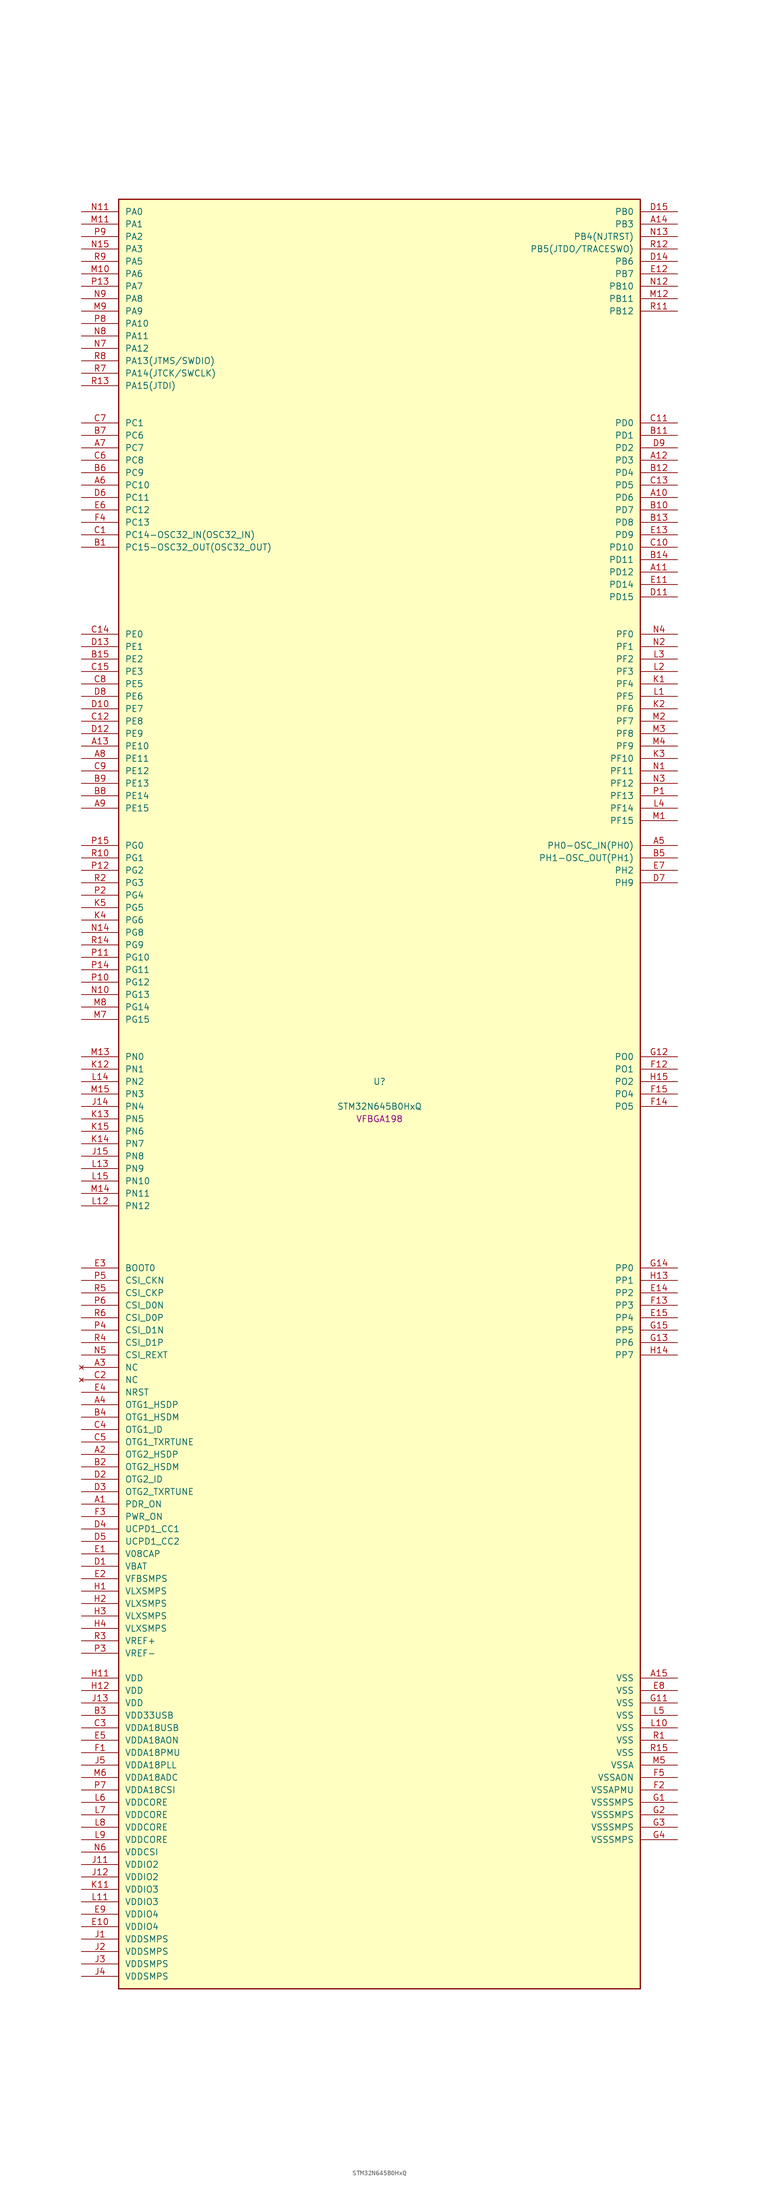
<source format=kicad_sym>
(kicad_symbol_lib
  (version 20241209)
  (generator "stm32_pkl_generator")
  (generator_version "1.0")
  (symbol "STM32N645B0HxQ"
    (pin_names
      (offset 1.27))
    (property "Reference" "U"
      (at 0 2.54 0))
    (property "Value" "STM32N645B0HxQ"
      (at 0 -2.54 0))
    (property "Footprint" "VFBGA198"
      (at 0 -5.08 0))
    (symbol "STM32N645B0HxQ_1_1"
      (rectangle (start -53.34 182.88) (end 53.34 -182.88) (stroke (width 0.254) (type solid)) (fill (type background)))
      (pin bidirectional line (at -60.96 180.34 0) (length 7.62) (name "PA0") (number "N11") (alternate "PA0/ADC1_INN1" bidirectional line) (alternate "PA0/ADC1_INP0" bidirectional line) (alternate "PA0/ADC2_INN1" bidirectional line) (alternate "PA0/ADC2_INP0" bidirectional line) (alternate "PA0/FMC_D7" bidirectional line) (alternate "PA0/FMC_DA7" bidirectional line) (alternate "PA0/HDP_HDP0" bidirectional line) (alternate "PA0/I2S6_WS" bidirectional line) (alternate "PA0/LTDC_G3" bidirectional line) (alternate "PA0/PWR_WKUP1" bidirectional line) (alternate "PA0/SAI2_SD_B" bidirectional line) (alternate "PA0/SPI6_NSS" bidirectional line) (alternate "PA0/TIM15_BKIN" bidirectional line) (alternate "PA0/TIM2_CH1" bidirectional line) (alternate "PA0/TIM5_CH1" bidirectional line) (alternate "PA0/TIM9_CH1" bidirectional line) (alternate "PA0/UART4_TX" bidirectional line) (alternate "PA0/USART2_CTS" bidirectional line) (alternate "PA0/USART2_NSS" bidirectional line))
      (pin bidirectional line (at -60.96 177.8 0) (length 7.62) (name "PA1") (number "M11") (alternate "PA1/ADC1_INP1" bidirectional line) (alternate "PA1/ADC2_INP1" bidirectional line) (alternate "PA1/DCMIPP_D0" bidirectional line) (alternate "PA1/DCMI_D0" bidirectional line) (alternate "PA1/FMC_D6" bidirectional line) (alternate "PA1/FMC_DA6" bidirectional line) (alternate "PA1/HDP_HDP1" bidirectional line) (alternate "PA1/LPTIM3_IN1" bidirectional line) (alternate "PA1/LTDC_G2" bidirectional line) (alternate "PA1/PSSI_D0" bidirectional line) (alternate "PA1/SAI2_MCLK_B" bidirectional line) (alternate "PA1/TIM15_CH1N" bidirectional line) (alternate "PA1/TIM2_CH2" bidirectional line) (alternate "PA1/TIM5_CH2" bidirectional line) (alternate "PA1/UART4_RX" bidirectional line) (alternate "PA1/USART2_RTS" bidirectional line))
      (pin bidirectional line (at -60.96 175.26 0) (length 7.62) (name "PA2") (number "P9") (alternate "PA2/ADC1_INP14" bidirectional line) (alternate "PA2/ADC2_INP14" bidirectional line) (alternate "PA2/FMC_D5" bidirectional line) (alternate "PA2/FMC_DA5" bidirectional line) (alternate "PA2/HDP_HDP2" bidirectional line) (alternate "PA2/LPTIM3_IN2" bidirectional line) (alternate "PA2/LTDC_B7" bidirectional line) (alternate "PA2/MDIOS_MDIO" bidirectional line) (alternate "PA2/PWR_WKUP2" bidirectional line) (alternate "PA2/SAI2_SCK_B" bidirectional line) (alternate "PA2/TIM15_CH1" bidirectional line) (alternate "PA2/TIM2_CH3" bidirectional line) (alternate "PA2/TIM5_CH3" bidirectional line) (alternate "PA2/USART2_TX" bidirectional line))
      (pin bidirectional line (at -60.96 172.72 0) (length 7.62) (name "PA3") (number "N15") (alternate "PA3/FMC_A17" bidirectional line) (alternate "PA3/FMC_ALE" bidirectional line) (alternate "PA3/SAI1_SD_B" bidirectional line) (alternate "PA3/SPI5_NSS" bidirectional line) (alternate "PA3/TIM16_CH1" bidirectional line) (alternate "PA3/UART7_RX" bidirectional line))
      (pin bidirectional line (at -60.96 170.18 0) (length 7.62) (name "PA5") (number "R9") (alternate "PA5/ADC2_INP18" bidirectional line) (alternate "PA5/DCMIPP_D8" bidirectional line) (alternate "PA5/DCMI_D8" bidirectional line) (alternate "PA5/FMC_NOE" bidirectional line) (alternate "PA5/HDP_HDP5" bidirectional line) (alternate "PA5/I2S1_CK" bidirectional line) (alternate "PA5/I2S6_CK" bidirectional line) (alternate "PA5/I3C1_SCL" bidirectional line) (alternate "PA5/LTDC_CLK" bidirectional line) (alternate "PA5/PSSI_D8" bidirectional line) (alternate "PA5/PWR_CSTOP" bidirectional line) (alternate "PA5/SPI1_SCK" bidirectional line) (alternate "PA5/SPI6_SCK" bidirectional line) (alternate "PA5/TIM10_CH1" bidirectional line) (alternate "PA5/TIM2_CH1" bidirectional line) (alternate "PA5/TIM2_ETR" bidirectional line) (alternate "PA5/TIM9_CH2" bidirectional line))
      (pin bidirectional line (at -60.96 167.64 0) (length 7.62) (name "PA6") (number "M10") (alternate "PA6/ADC1_INP3" bidirectional line) (alternate "PA6/ADC2_INP3" bidirectional line) (alternate "PA6/BOOT1" bidirectional line) (alternate "PA6/DCMIPP_PIXCLK" bidirectional line) (alternate "PA6/DCMI_PIXCLK" bidirectional line) (alternate "PA6/HDP_HDP6" bidirectional line) (alternate "PA6/I2S1_SDI" bidirectional line) (alternate "PA6/I2S6_SDI" bidirectional line) (alternate "PA6/I3C1_SDA" bidirectional line) (alternate "PA6/LPTIM3_ETR" bidirectional line) (alternate "PA6/LTDC_B7" bidirectional line) (alternate "PA6/LTDC_HSYNC" bidirectional line) (alternate "PA6/MDIOS_MDC" bidirectional line) (alternate "PA6/PSSI_PDCK" bidirectional line) (alternate "PA6/SPI1_MISO" bidirectional line) (alternate "PA6/SPI6_MISO" bidirectional line) (alternate "PA6/TIM13_CH1" bidirectional line) (alternate "PA6/TIM1_BKIN" bidirectional line) (alternate "PA6/TIM3_CH1" bidirectional line))
      (pin bidirectional line (at -60.96 165.1 0) (length 7.62) (name "PA7") (number "P13") (alternate "PA7/HDP_HDP7" bidirectional line) (alternate "PA7/I2S1_SDO" bidirectional line) (alternate "PA7/I2S6_SDO" bidirectional line) (alternate "PA7/LTDC_B1" bidirectional line) (alternate "PA7/LTDC_R4" bidirectional line) (alternate "PA7/SPI1_MOSI" bidirectional line) (alternate "PA7/SPI6_MOSI" bidirectional line) (alternate "PA7/TIM14_CH1" bidirectional line) (alternate "PA7/TIM1_CH1N" bidirectional line) (alternate "PA7/TIM3_CH2" bidirectional line) (alternate "PA7/USART1_RX" bidirectional line))
      (pin bidirectional line (at -60.96 162.56 0) (length 7.62) (name "PA8") (number "N9") (alternate "PA8/ADC1_INP5" bidirectional line) (alternate "PA8/ADC2_INP5" bidirectional line) (alternate "PA8/FMC_D4" bidirectional line) (alternate "PA8/FMC_DA4" bidirectional line) (alternate "PA8/HDP_HDP0" bidirectional line) (alternate "PA8/I2C3_SCL" bidirectional line) (alternate "PA8/I3C2_SCL" bidirectional line) (alternate "PA8/LTDC_B6" bidirectional line) (alternate "PA8/RCC_MCO_1" bidirectional line) (alternate "PA8/TIM11_CH1" bidirectional line) (alternate "PA8/TIM1_CH1" bidirectional line) (alternate "PA8/UART7_RX" bidirectional line) (alternate "PA8/USART1_CK" bidirectional line))
      (pin bidirectional line (at -60.96 160.02 0) (length 7.62) (name "PA9") (number "M9") (alternate "PA9/ADC1_INP10" bidirectional line) (alternate "PA9/ADC2_INP10" bidirectional line) (alternate "PA9/DCMIPP_D0" bidirectional line) (alternate "PA9/DCMI_D0" bidirectional line) (alternate "PA9/FMC_D3" bidirectional line) (alternate "PA9/FMC_DA3" bidirectional line) (alternate "PA9/HDP_HDP1" bidirectional line) (alternate "PA9/I2C3_SDA" bidirectional line) (alternate "PA9/I2S2_CK" bidirectional line) (alternate "PA9/I3C2_SDA" bidirectional line) (alternate "PA9/LPUART1_TX" bidirectional line) (alternate "PA9/LTDC_B5" bidirectional line) (alternate "PA9/PSSI_D0" bidirectional line) (alternate "PA9/SPI2_SCK" bidirectional line) (alternate "PA9/TIM1_CH2" bidirectional line) (alternate "PA9/USART1_TX" bidirectional line))
      (pin bidirectional line (at -60.96 157.48 0) (length 7.62) (name "PA10") (number "P8") (alternate "PA10/ADC1_INN10" bidirectional line) (alternate "PA10/ADC1_INP11" bidirectional line) (alternate "PA10/ADC2_INN10" bidirectional line) (alternate "PA10/ADC2_INP11" bidirectional line) (alternate "PA10/DCMIPP_D1" bidirectional line) (alternate "PA10/DCMI_D1" bidirectional line) (alternate "PA10/FMC_D2" bidirectional line) (alternate "PA10/FMC_DA2" bidirectional line) (alternate "PA10/HDP_HDP2" bidirectional line) (alternate "PA10/LPUART1_RX" bidirectional line) (alternate "PA10/LTDC_B4" bidirectional line) (alternate "PA10/MDIOS_MDIO" bidirectional line) (alternate "PA10/PSSI_D1" bidirectional line) (alternate "PA10/PWR_CSLEEP" bidirectional line) (alternate "PA10/TIM1_CH3" bidirectional line) (alternate "PA10/USART1_RX" bidirectional line))
      (pin bidirectional line (at -60.96 154.94 0) (length 7.62) (name "PA11") (number "N8") (alternate "PA11/ADC1_EXTI11" bidirectional line) (alternate "PA11/ADC1_INN11" bidirectional line) (alternate "PA11/ADC1_INP12" bidirectional line) (alternate "PA11/ADC2_EXTI11" bidirectional line) (alternate "PA11/ADC2_INN11" bidirectional line) (alternate "PA11/ADC2_INP12" bidirectional line) (alternate "PA11/FDCAN1_RX" bidirectional line) (alternate "PA11/FMC_D1" bidirectional line) (alternate "PA11/FMC_DA1" bidirectional line) (alternate "PA11/HDP_HDP3" bidirectional line) (alternate "PA11/I2S2_WS" bidirectional line) (alternate "PA11/LPUART1_CTS" bidirectional line) (alternate "PA11/LTDC_B3" bidirectional line) (alternate "PA11/SPI2_NSS" bidirectional line) (alternate "PA11/TIM1_CH4" bidirectional line) (alternate "PA11/UART4_RX" bidirectional line) (alternate "PA11/USART1_CTS" bidirectional line) (alternate "PA11/USART1_NSS" bidirectional line))
      (pin bidirectional line (at -60.96 152.4 0) (length 7.62) (name "PA12") (number "N7") (alternate "PA12/ADC1_INN12" bidirectional line) (alternate "PA12/ADC1_INP13" bidirectional line) (alternate "PA12/ADC2_INN12" bidirectional line) (alternate "PA12/ADC2_INP13" bidirectional line) (alternate "PA12/FDCAN1_TX" bidirectional line) (alternate "PA12/FMC_D0" bidirectional line) (alternate "PA12/FMC_DA0" bidirectional line) (alternate "PA12/HDP_HDP4" bidirectional line) (alternate "PA12/I2S2_CK" bidirectional line) (alternate "PA12/LPUART1_RTS" bidirectional line) (alternate "PA12/LTDC_B2" bidirectional line) (alternate "PA12/SAI2_FS_B" bidirectional line) (alternate "PA12/SPI2_SCK" bidirectional line) (alternate "PA12/TIM1_ETR" bidirectional line) (alternate "PA12/UART4_TX" bidirectional line) (alternate "PA12/USART1_RTS" bidirectional line))
      (pin bidirectional line (at -60.96 149.86 0) (length 7.62) (name "PA13(JTMS/SWDIO)") (number "R8") (alternate "PA13(JTMS/SWDIO)/DEBUG_JTMS-SWDIO" bidirectional line) (alternate "PA13(JTMS/SWDIO)/HDP_HDP5" bidirectional line))
      (pin bidirectional line (at -60.96 147.32 0) (length 7.62) (name "PA14(JTCK/SWCLK)") (number "R7") (alternate "PA14(JTCK/SWCLK)/DEBUG_JTCK-SWCLK" bidirectional line) (alternate "PA14(JTCK/SWCLK)/HDP_HDP6" bidirectional line))
      (pin bidirectional line (at -60.96 144.78 0) (length 7.62) (name "PA15(JTDI)") (number "R13") (alternate "PA15(JTDI)/ADC1_EXTI15" bidirectional line) (alternate "PA15(JTDI)/ADC2_EXTI15" bidirectional line) (alternate "PA15(JTDI)/DEBUG_JTDI" bidirectional line) (alternate "PA15(JTDI)/FMC_D15" bidirectional line) (alternate "PA15(JTDI)/FMC_DA15" bidirectional line) (alternate "PA15(JTDI)/HDP_HDP7" bidirectional line) (alternate "PA15(JTDI)/I2S1_WS" bidirectional line) (alternate "PA15(JTDI)/I2S3_WS" bidirectional line) (alternate "PA15(JTDI)/I2S6_WS" bidirectional line) (alternate "PA15(JTDI)/LTDC_R5" bidirectional line) (alternate "PA15(JTDI)/SPI1_NSS" bidirectional line) (alternate "PA15(JTDI)/SPI3_NSS" bidirectional line) (alternate "PA15(JTDI)/SPI6_NSS" bidirectional line) (alternate "PA15(JTDI)/TIM2_CH1" bidirectional line) (alternate "PA15(JTDI)/TIM2_ETR" bidirectional line) (alternate "PA15(JTDI)/UART4_DE" bidirectional line) (alternate "PA15(JTDI)/UART4_RTS" bidirectional line) (alternate "PA15(JTDI)/UART7_TX" bidirectional line))
      (pin bidirectional line (at 60.96 180.34 180) (length 7.62) (name "PB0") (number "D15") (alternate "PB0/ADF1_SDI0" bidirectional line) (alternate "PB0/DCMIPP_D4" bidirectional line) (alternate "PB0/DCMI_D4" bidirectional line) (alternate "PB0/DEBUG_TRACED1" bidirectional line) (alternate "PB0/FMC_D13" bidirectional line) (alternate "PB0/FMC_DA13" bidirectional line) (alternate "PB0/MDF1_SDI2" bidirectional line) (alternate "PB0/PSSI_D4" bidirectional line) (alternate "PB0/SAI1_D2" bidirectional line) (alternate "PB0/SAI1_FS_A" bidirectional line) (alternate "PB0/SPI4_NSS" bidirectional line) (alternate "PB0/TIM15_CH1N" bidirectional line) (alternate "PB0/TIM1_CH4" bidirectional line))
      (pin bidirectional line (at 60.96 177.8 180) (length 7.62) (name "PB3") (number "A14") (alternate "PB3/DEBUG_JTDO-SWO" bidirectional line) (alternate "PB3/DEBUG_TRACECLK" bidirectional line) (alternate "PB3/FMC_A23" bidirectional line) (alternate "PB3/FMC_NBL1" bidirectional line) (alternate "PB3/GFXTIM_FCKCAL" bidirectional line) (alternate "PB3/GFXTIM_LCKCAL" bidirectional line) (alternate "PB3/HDP_HDP0" bidirectional line) (alternate "PB3/MDF1_CKI1" bidirectional line) (alternate "PB3/SAI2_FS_B" bidirectional line) (alternate "PB3/TIM1_CH4N" bidirectional line) (alternate "PB3/USART1_CK" bidirectional line))
      (pin bidirectional line (at 60.96 175.26 180) (length 7.62) (name "PB4(NJTRST)") (number "N13") (alternate "PB4(NJTRST)/DCMIPP_VSYNC" bidirectional line) (alternate "PB4(NJTRST)/DCMI_VSYNC" bidirectional line) (alternate "PB4(NJTRST)/DEBUG_NJTRST" bidirectional line) (alternate "PB4(NJTRST)/FMC_D13" bidirectional line) (alternate "PB4(NJTRST)/FMC_DA13" bidirectional line) (alternate "PB4(NJTRST)/HDP_HDP4" bidirectional line) (alternate "PB4(NJTRST)/I2S1_SDI" bidirectional line) (alternate "PB4(NJTRST)/I2S2_WS" bidirectional line) (alternate "PB4(NJTRST)/I2S3_SDI" bidirectional line) (alternate "PB4(NJTRST)/I2S6_SDI" bidirectional line) (alternate "PB4(NJTRST)/LTDC_R3" bidirectional line) (alternate "PB4(NJTRST)/PSSI_RDY" bidirectional line) (alternate "PB4(NJTRST)/SPI1_MISO" bidirectional line) (alternate "PB4(NJTRST)/SPI2_NSS" bidirectional line) (alternate "PB4(NJTRST)/SPI3_MISO" bidirectional line) (alternate "PB4(NJTRST)/SPI6_MISO" bidirectional line) (alternate "PB4(NJTRST)/TIM16_BKIN" bidirectional line) (alternate "PB4(NJTRST)/TIM3_CH1" bidirectional line) (alternate "PB4(NJTRST)/UART7_TX" bidirectional line))
      (pin bidirectional line (at 60.96 172.72 180) (length 7.62) (name "PB5(JTDO/TRACESWO)") (number "R12") (alternate "PB5(JTDO/TRACESWO)/DCMIPP_D10" bidirectional line) (alternate "PB5(JTDO/TRACESWO)/DCMI_D10" bidirectional line) (alternate "PB5(JTDO/TRACESWO)/DEBUG_JTDO-SWO" bidirectional line) (alternate "PB5(JTDO/TRACESWO)/FDCAN2_RX" bidirectional line) (alternate "PB5(JTDO/TRACESWO)/FMC_D12" bidirectional line) (alternate "PB5(JTDO/TRACESWO)/FMC_DA12" bidirectional line) (alternate "PB5(JTDO/TRACESWO)/HDP_HDP5" bidirectional line) (alternate "PB5(JTDO/TRACESWO)/I2C1_SMBA" bidirectional line) (alternate "PB5(JTDO/TRACESWO)/I2S1_SDO" bidirectional line) (alternate "PB5(JTDO/TRACESWO)/I2S3_SDO" bidirectional line) (alternate "PB5(JTDO/TRACESWO)/I2S6_SDO" bidirectional line) (alternate "PB5(JTDO/TRACESWO)/LTDC_R2" bidirectional line) (alternate "PB5(JTDO/TRACESWO)/PSSI_D10" bidirectional line) (alternate "PB5(JTDO/TRACESWO)/SPI1_MOSI" bidirectional line) (alternate "PB5(JTDO/TRACESWO)/SPI3_MOSI" bidirectional line) (alternate "PB5(JTDO/TRACESWO)/SPI6_MOSI" bidirectional line) (alternate "PB5(JTDO/TRACESWO)/TIM17_BKIN" bidirectional line) (alternate "PB5(JTDO/TRACESWO)/TIM3_CH2" bidirectional line) (alternate "PB5(JTDO/TRACESWO)/UART5_RX" bidirectional line))
      (pin bidirectional line (at 60.96 170.18 180) (length 7.62) (name "PB6") (number "D14") (alternate "PB6/ADF1_CCK1" bidirectional line) (alternate "PB6/DCMIPP_D6" bidirectional line) (alternate "PB6/DCMI_D6" bidirectional line) (alternate "PB6/DEBUG_TRACED2" bidirectional line) (alternate "PB6/FMC_D14" bidirectional line) (alternate "PB6/FMC_DA14" bidirectional line) (alternate "PB6/MDF1_CCK1" bidirectional line) (alternate "PB6/PSSI_D6" bidirectional line) (alternate "PB6/SAI1_CK2" bidirectional line) (alternate "PB6/SAI1_SCK_A" bidirectional line) (alternate "PB6/SPI4_MISO" bidirectional line) (alternate "PB6/TIM15_CH1" bidirectional line))
      (pin bidirectional line (at 60.96 167.64 180) (length 7.62) (name "PB7") (number "E12") (alternate "PB7/ADF1_SDI0" bidirectional line) (alternate "PB7/DCMIPP_D7" bidirectional line) (alternate "PB7/DCMI_D7" bidirectional line) (alternate "PB7/DEBUG_TRACED3" bidirectional line) (alternate "PB7/FMC_D15" bidirectional line) (alternate "PB7/FMC_DA15" bidirectional line) (alternate "PB7/MDF1_SDI1" bidirectional line) (alternate "PB7/PSSI_D7" bidirectional line) (alternate "PB7/SAI1_D1" bidirectional line) (alternate "PB7/SAI1_SD_A" bidirectional line) (alternate "PB7/SAI2_MCLK_B" bidirectional line) (alternate "PB7/SPI4_MOSI" bidirectional line) (alternate "PB7/TIM15_CH2" bidirectional line) (alternate "PB7/TIM1_BKIN2" bidirectional line))
      (pin bidirectional line (at 60.96 165.1 180) (length 7.62) (name "PB10") (number "N12") (alternate "PB10/ADC1_INN4" bidirectional line) (alternate "PB10/ADC1_INP8" bidirectional line) (alternate "PB10/ADC2_INN4" bidirectional line) (alternate "PB10/ADC2_INP8" bidirectional line) (alternate "PB10/FMC_D11" bidirectional line) (alternate "PB10/FMC_DA11" bidirectional line) (alternate "PB10/HDP_HDP2" bidirectional line) (alternate "PB10/I2C2_SCL" bidirectional line) (alternate "PB10/I2S2_CK" bidirectional line) (alternate "PB10/I3C2_SCL" bidirectional line) (alternate "PB10/LPTIM2_IN1" bidirectional line) (alternate "PB10/LTDC_G7" bidirectional line) (alternate "PB10/SPI2_SCK" bidirectional line) (alternate "PB10/TIM2_CH3" bidirectional line) (alternate "PB10/USART3_TX" bidirectional line))
      (pin bidirectional line (at 60.96 162.56 180) (length 7.62) (name "PB11") (number "M12") (alternate "PB11/ADC1_EXTI11" bidirectional line) (alternate "PB11/ADC1_INP4" bidirectional line) (alternate "PB11/ADC2_EXTI11" bidirectional line) (alternate "PB11/ADC2_INP4" bidirectional line) (alternate "PB11/FMC_D10" bidirectional line) (alternate "PB11/FMC_DA10" bidirectional line) (alternate "PB11/HDP_HDP3" bidirectional line) (alternate "PB11/I2C2_SDA" bidirectional line) (alternate "PB11/I3C2_SDA" bidirectional line) (alternate "PB11/LPTIM2_ETR" bidirectional line) (alternate "PB11/LTDC_G6" bidirectional line) (alternate "PB11/TIM2_CH4" bidirectional line) (alternate "PB11/USART3_RX" bidirectional line))
      (pin bidirectional line (at 60.96 160.02 180) (length 7.62) (name "PB12") (number "R11") (alternate "PB12/FDCAN2_RX" bidirectional line) (alternate "PB12/FMC_D9" bidirectional line) (alternate "PB12/FMC_DA9" bidirectional line) (alternate "PB12/HDP_HDP4" bidirectional line) (alternate "PB12/I2C2_SMBA" bidirectional line) (alternate "PB12/I2S2_WS" bidirectional line) (alternate "PB12/LPTIM2_IN2" bidirectional line) (alternate "PB12/LTDC_G5" bidirectional line) (alternate "PB12/SPI2_NSS" bidirectional line) (alternate "PB12/TIM1_BKIN" bidirectional line) (alternate "PB12/UART5_RX" bidirectional line) (alternate "PB12/USART3_CK" bidirectional line))
      (pin bidirectional line (at -60.96 137.16 0) (length 7.62) (name "PC1") (number "C7") (alternate "PC1/DCMIPP_D7" bidirectional line) (alternate "PC1/DCMI_D7" bidirectional line) (alternate "PC1/FDCAN1_TX" bidirectional line) (alternate "PC1/HDP_HDP1" bidirectional line) (alternate "PC1/I2C1_SDA" bidirectional line) (alternate "PC1/I2S2_WS" bidirectional line) (alternate "PC1/I3C1_SDA" bidirectional line) (alternate "PC1/PSSI_D7" bidirectional line) (alternate "PC1/SDMMC1_CDIR" bidirectional line) (alternate "PC1/SDMMC1_D5" bidirectional line) (alternate "PC1/SPI2_NSS" bidirectional line) (alternate "PC1/TIM17_CH1" bidirectional line) (alternate "PC1/TIM4_CH4" bidirectional line) (alternate "PC1/UART4_TX" bidirectional line))
      (pin bidirectional line (at -60.96 134.62 0) (length 7.62) (name "PC6") (number "B7") (alternate "PC6/DCMIPP_D1" bidirectional line) (alternate "PC6/DCMI_D1" bidirectional line) (alternate "PC6/HDP_HDP6" bidirectional line) (alternate "PC6/I2S2_MCK" bidirectional line) (alternate "PC6/PSSI_D1" bidirectional line) (alternate "PC6/SDMMC1_D0DIR" bidirectional line) (alternate "PC6/SDMMC1_D6" bidirectional line) (alternate "PC6/TIM1_CH1" bidirectional line) (alternate "PC6/TIM3_CH1" bidirectional line) (alternate "PC6/TIM9_CH1" bidirectional line) (alternate "PC6/USART6_TX" bidirectional line))
      (pin bidirectional line (at -60.96 132.08 0) (length 7.62) (name "PC7") (number "A7") (alternate "PC7/DCMIPP_D1" bidirectional line) (alternate "PC7/DCMI_D1" bidirectional line) (alternate "PC7/DEBUG_TRGIO" bidirectional line) (alternate "PC7/HDP_HDP7" bidirectional line) (alternate "PC7/I2S3_MCK" bidirectional line) (alternate "PC7/PSSI_D1" bidirectional line) (alternate "PC7/SDMMC1_D123DIR" bidirectional line) (alternate "PC7/SDMMC1_D7" bidirectional line) (alternate "PC7/TIM16_CH1N" bidirectional line) (alternate "PC7/TIM3_CH2" bidirectional line) (alternate "PC7/TIM9_CH2" bidirectional line) (alternate "PC7/USART6_RX" bidirectional line))
      (pin bidirectional line (at -60.96 129.54 0) (length 7.62) (name "PC8") (number "C6") (alternate "PC8/DCMIPP_D2" bidirectional line) (alternate "PC8/DCMI_D2" bidirectional line) (alternate "PC8/DEBUG_TRACED1" bidirectional line) (alternate "PC8/FMC_NE4" bidirectional line) (alternate "PC8/HDP_HDP0" bidirectional line) (alternate "PC8/I2C3_SMBA" bidirectional line) (alternate "PC8/LTDC_B0" bidirectional line) (alternate "PC8/PSSI_D2" bidirectional line) (alternate "PC8/SDMMC1_D0" bidirectional line) (alternate "PC8/TIM3_CH3" bidirectional line) (alternate "PC8/UART5_DE" bidirectional line) (alternate "PC8/UART5_RTS" bidirectional line) (alternate "PC8/UCPD1_FRSTX1" bidirectional line) (alternate "PC8/USART6_CK" bidirectional line))
      (pin bidirectional line (at -60.96 127 0) (length 7.62) (name "PC9") (number "B6") (alternate "PC9/AUDIOCLK" bidirectional line) (alternate "PC9/DCMIPP_D3" bidirectional line) (alternate "PC9/DCMI_D3" bidirectional line) (alternate "PC9/HDP_HDP1" bidirectional line) (alternate "PC9/I2C3_SDA" bidirectional line) (alternate "PC9/LTDC_B3" bidirectional line) (alternate "PC9/PSSI_D3" bidirectional line) (alternate "PC9/RCC_MCO_2" bidirectional line) (alternate "PC9/SDMMC1_D1" bidirectional line) (alternate "PC9/TIM3_CH4" bidirectional line) (alternate "PC9/UART5_CTS" bidirectional line) (alternate "PC9/UCPD1_FRSTX2" bidirectional line) (alternate "PC9/USART6_RX" bidirectional line))
      (pin bidirectional line (at -60.96 124.46 0) (length 7.62) (name "PC10") (number "A6") (alternate "PC10/DCMIPP_D14" bidirectional line) (alternate "PC10/FMC_CLK" bidirectional line) (alternate "PC10/HDP_HDP2" bidirectional line) (alternate "PC10/I2C4_SCL" bidirectional line) (alternate "PC10/I2S3_CK" bidirectional line) (alternate "PC10/I3C2_SCL" bidirectional line) (alternate "PC10/PSSI_D14" bidirectional line) (alternate "PC10/SDMMC1_D2" bidirectional line) (alternate "PC10/SPI3_SCK" bidirectional line) (alternate "PC10/TIM1_BKIN" bidirectional line) (alternate "PC10/UART4_TX" bidirectional line) (alternate "PC10/USART3_TX" bidirectional line))
      (pin bidirectional line (at -60.96 121.92 0) (length 7.62) (name "PC11") (number "D6") (alternate "PC11/ADC1_EXTI11" bidirectional line) (alternate "PC11/ADC2_EXTI11" bidirectional line) (alternate "PC11/DCMIPP_D4" bidirectional line) (alternate "PC11/DCMI_D4" bidirectional line) (alternate "PC11/HDP_HDP3" bidirectional line) (alternate "PC11/I2C4_SDA" bidirectional line) (alternate "PC11/I2S3_SDI" bidirectional line) (alternate "PC11/I3C2_SDA" bidirectional line) (alternate "PC11/PSSI_D4" bidirectional line) (alternate "PC11/SDMMC1_D3" bidirectional line) (alternate "PC11/SPI3_MISO" bidirectional line) (alternate "PC11/UART4_RX" bidirectional line) (alternate "PC11/USART3_RX" bidirectional line))
      (pin bidirectional line (at -60.96 119.38 0) (length 7.62) (name "PC12") (number "E6") (alternate "PC12/DCMIPP_D9" bidirectional line) (alternate "PC12/DCMI_D9" bidirectional line) (alternate "PC12/DEBUG_TRACED3" bidirectional line) (alternate "PC12/FMC_NL" bidirectional line) (alternate "PC12/HDP_HDP4" bidirectional line) (alternate "PC12/I2S3_SDO" bidirectional line) (alternate "PC12/I2S6_CK" bidirectional line) (alternate "PC12/PSSI_D9" bidirectional line) (alternate "PC12/SDMMC1_CK" bidirectional line) (alternate "PC12/SPI3_MOSI" bidirectional line) (alternate "PC12/SPI6_SCK" bidirectional line) (alternate "PC12/TIM15_CH1" bidirectional line) (alternate "PC12/TIM1_CH4" bidirectional line) (alternate "PC12/UART5_TX" bidirectional line) (alternate "PC12/USART3_CK" bidirectional line))
      (pin bidirectional line (at -60.96 116.84 0) (length 7.62) (name "PC13") (number "F4") (alternate "PC13/HDP_HDP5" bidirectional line) (alternate "PC13/PWR_WKUP3" bidirectional line) (alternate "PC13/RTC_OUT1" bidirectional line) (alternate "PC13/RTC_TS" bidirectional line) (alternate "PC13/TAMP_IN1" bidirectional line) (alternate "PC13/TAMP_OUT2" bidirectional line))
      (pin bidirectional line (at -60.96 114.3 0) (length 7.62) (name "PC14-OSC32_IN(OSC32_IN)") (number "C1") (alternate "PC14-OSC32_IN(OSC32_IN)/RCC_OSC32_IN" bidirectional line))
      (pin bidirectional line (at -60.96 111.76 0) (length 7.62) (name "PC15-OSC32_OUT(OSC32_OUT)") (number "B1") (alternate "PC15-OSC32_OUT(OSC32_OUT)/ADC1_EXTI15" bidirectional line) (alternate "PC15-OSC32_OUT(OSC32_OUT)/ADC2_EXTI15" bidirectional line) (alternate "PC15-OSC32_OUT(OSC32_OUT)/RCC_OSC32_OUT" bidirectional line))
      (pin bidirectional line (at 60.96 137.16 180) (length 7.62) (name "PD0") (number "C11") (alternate "PD0/DCMIPP_HSYNC" bidirectional line) (alternate "PD0/DCMI_HSYNC" bidirectional line) (alternate "PD0/FDCAN1_RX" bidirectional line) (alternate "PD0/FMC_A6" bidirectional line) (alternate "PD0/FMC_A22" bidirectional line) (alternate "PD0/PSSI_DE" bidirectional line) (alternate "PD0/TIM1_ETR" bidirectional line) (alternate "PD0/UART4_RX" bidirectional line) (alternate "PD0/UART9_CTS" bidirectional line))
      (pin bidirectional line (at 60.96 134.62 180) (length 7.62) (name "PD1") (number "B11") (alternate "PD1/ETH1_MDC" bidirectional line) (alternate "PD1/FDCAN1_TX" bidirectional line) (alternate "PD1/FMC_A7" bidirectional line) (alternate "PD1/FMC_A23" bidirectional line) (alternate "PD1/UART4_TX" bidirectional line))
      (pin bidirectional line (at 60.96 132.08 180) (length 7.62) (name "PD2") (number "D9") (alternate "PD2/ADF1_SDI0" bidirectional line) (alternate "PD2/DEBUG_TRACED0" bidirectional line) (alternate "PD2/FMC_A0" bidirectional line) (alternate "PD2/FMC_A16" bidirectional line) (alternate "PD2/FMC_CLE" bidirectional line) (alternate "PD2/HDP_HDP1" bidirectional line) (alternate "PD2/I2S2_SDO" bidirectional line) (alternate "PD2/MDF1_SDI1" bidirectional line) (alternate "PD2/MDIOS_MDC" bidirectional line) (alternate "PD2/PWR_WKUP4" bidirectional line) (alternate "PD2/SAI1_D1" bidirectional line) (alternate "PD2/SAI1_SD_A" bidirectional line) (alternate "PD2/SPI2_MOSI" bidirectional line) (alternate "PD2/TIM15_CH1N" bidirectional line) (alternate "PD2/TIM1_CH3" bidirectional line))
      (pin bidirectional line (at 60.96 129.54 180) (length 7.62) (name "PD3") (number "A12") (alternate "PD3/DCMIPP_D14" bidirectional line) (alternate "PD3/ETH1_PHY_INTN" bidirectional line) (alternate "PD3/FMC_A10" bidirectional line) (alternate "PD3/I2C2_SMBA" bidirectional line) (alternate "PD3/PSSI_D14" bidirectional line) (alternate "PD3/USART6_CTS" bidirectional line))
      (pin bidirectional line (at 60.96 127 180) (length 7.62) (name "PD4") (number "B12") (alternate "PD4/DCMIPP_D9" bidirectional line) (alternate "PD4/DCMI_D9" bidirectional line) (alternate "PD4/FMC_A11" bidirectional line) (alternate "PD4/I2C2_SDA" bidirectional line) (alternate "PD4/PSSI_D9" bidirectional line) (alternate "PD4/SPI5_MISO" bidirectional line) (alternate "PD4/TAMP_IN7" bidirectional line) (alternate "PD4/TAMP_OUT8" bidirectional line) (alternate "PD4/TIM1_BKIN2" bidirectional line) (alternate "PD4/USART6_RTS" bidirectional line))
      (pin bidirectional line (at 60.96 124.46 180) (length 7.62) (name "PD5") (number "C13") (alternate "PD5/DCMIPP_PIXCLK" bidirectional line) (alternate "PD5/DCMI_PIXCLK" bidirectional line) (alternate "PD5/FMC_D6" bidirectional line) (alternate "PD5/FMC_DA6" bidirectional line) (alternate "PD5/PSSI_PDCK" bidirectional line) (alternate "PD5/TIM1_CH4N" bidirectional line) (alternate "PD5/USART2_TX" bidirectional line))
      (pin bidirectional line (at 60.96 121.92 180) (length 7.62) (name "PD6") (number "A10") (alternate "PD6/FMC_A1" bidirectional line) (alternate "PD6/FMC_A17" bidirectional line) (alternate "PD6/FMC_ALE" bidirectional line) (alternate "PD6/HDP_HDP2" bidirectional line) (alternate "PD6/I2S2_SDI" bidirectional line) (alternate "PD6/SPI2_MISO" bidirectional line) (alternate "PD6/TIM15_CH2" bidirectional line) (alternate "PD6/TIM1_CH1" bidirectional line))
      (pin bidirectional line (at 60.96 119.38 180) (length 7.62) (name "PD7") (number "B10") (alternate "PD7/DCMIPP_D0" bidirectional line) (alternate "PD7/DCMI_D0" bidirectional line) (alternate "PD7/FMC_A2" bidirectional line) (alternate "PD7/FMC_A18" bidirectional line) (alternate "PD7/HDP_HDP3" bidirectional line) (alternate "PD7/I2S2_SDO" bidirectional line) (alternate "PD7/I2S3_WS" bidirectional line) (alternate "PD7/PSSI_D0" bidirectional line) (alternate "PD7/SPI2_MOSI" bidirectional line) (alternate "PD7/SPI3_NSS" bidirectional line) (alternate "PD7/TIM15_CH1N" bidirectional line) (alternate "PD7/TIM1_CH2" bidirectional line))
      (pin bidirectional line (at 60.96 116.84 180) (length 7.62) (name "PD8") (number "B13") (alternate "PD8/DCMIPP_D11" bidirectional line) (alternate "PD8/DCMI_D11" bidirectional line) (alternate "PD8/FMC_NBL0" bidirectional line) (alternate "PD8/LTDC_R7" bidirectional line) (alternate "PD8/PSSI_D11" bidirectional line) (alternate "PD8/TAMP_IN3" bidirectional line) (alternate "PD8/TAMP_OUT4" bidirectional line) (alternate "PD8/USART3_TX" bidirectional line))
      (pin bidirectional line (at 60.96 114.3 180) (length 7.62) (name "PD9") (number "E13") (alternate "PD9/DCMIPP_D11" bidirectional line) (alternate "PD9/DCMI_D11" bidirectional line) (alternate "PD9/FMC_SDCLK" bidirectional line) (alternate "PD9/LTDC_R1" bidirectional line) (alternate "PD9/PSSI_D11" bidirectional line) (alternate "PD9/TAMP_IN5" bidirectional line) (alternate "PD9/TAMP_OUT6" bidirectional line) (alternate "PD9/USART3_RX" bidirectional line))
      (pin bidirectional line (at 60.96 111.76 180) (length 7.62) (name "PD10") (number "C10") (alternate "PD10/DEBUG_TRACECLK" bidirectional line) (alternate "PD10/FMC_A3" bidirectional line) (alternate "PD10/FMC_A19" bidirectional line) (alternate "PD10/GFXTIM_TE" bidirectional line) (alternate "PD10/HDP_HDP4" bidirectional line) (alternate "PD10/I2S1_MCK" bidirectional line) (alternate "PD10/MDF1_CKI3" bidirectional line) (alternate "PD10/SAI2_FS_B" bidirectional line) (alternate "PD10/TIM1_ETR" bidirectional line) (alternate "PD10/UCPD1_FRSTX1" bidirectional line))
      (pin bidirectional line (at 60.96 109.22 180) (length 7.62) (name "PD11") (number "B14") (alternate "PD11/ADC1_EXTI11" bidirectional line) (alternate "PD11/ADC2_EXTI11" bidirectional line) (alternate "PD11/DCMIPP_D15" bidirectional line) (alternate "PD11/FMC_D8" bidirectional line) (alternate "PD11/FMC_DA8" bidirectional line) (alternate "PD11/I2C4_SDA" bidirectional line) (alternate "PD11/I2S2_SDI" bidirectional line) (alternate "PD11/PSSI_D15" bidirectional line) (alternate "PD11/SDMMC1_D0" bidirectional line) (alternate "PD11/SPI2_MISO" bidirectional line) (alternate "PD11/UCPD1_FRSTX1" bidirectional line))
      (pin bidirectional line (at 60.96 106.68 180) (length 7.62) (name "PD12") (number "A11") (alternate "PD12/DCMIPP_D12" bidirectional line) (alternate "PD12/DCMI_D12" bidirectional line) (alternate "PD12/ETH1_MDIO" bidirectional line) (alternate "PD12/FMC_A5" bidirectional line) (alternate "PD12/FMC_A21" bidirectional line) (alternate "PD12/HDP_HDP5" bidirectional line) (alternate "PD12/MDF1_SDI3" bidirectional line) (alternate "PD12/PSSI_D12" bidirectional line) (alternate "PD12/SAI1_D3" bidirectional line) (alternate "PD12/UCPD1_FRSTX2" bidirectional line))
      (pin bidirectional line (at 60.96 104.14 180) (length 7.62) (name "PD14") (number "E11") (alternate "PD14/FMC_A9" bidirectional line) (alternate "PD14/I2C2_SCL" bidirectional line))
      (pin bidirectional line (at 60.96 101.6 180) (length 7.62) (name "PD15") (number "D11") (alternate "PD15/ADC1_EXTI15" bidirectional line) (alternate "PD15/ADC2_EXTI15" bidirectional line) (alternate "PD15/FMC_A8" bidirectional line) (alternate "PD15/I2C2_SDA" bidirectional line) (alternate "PD15/LTDC_R2" bidirectional line))
      (pin bidirectional line (at -60.96 93.98 0) (length 7.62) (name "PE0") (number "C14") (alternate "PE0/DCMIPP_D2" bidirectional line) (alternate "PE0/DCMI_D2" bidirectional line) (alternate "PE0/FMC_D9" bidirectional line) (alternate "PE0/FMC_DA9" bidirectional line) (alternate "PE0/LPTIM1_ETR" bidirectional line) (alternate "PE0/LPTIM2_ETR" bidirectional line) (alternate "PE0/PSSI_D2" bidirectional line) (alternate "PE0/SAI2_MCLK_A" bidirectional line) (alternate "PE0/TAMP_IN6" bidirectional line) (alternate "PE0/TAMP_OUT5" bidirectional line) (alternate "PE0/TIM4_ETR" bidirectional line) (alternate "PE0/UART8_RX" bidirectional line) (alternate "PE0/USART3_RX" bidirectional line))
      (pin bidirectional line (at -60.96 91.44 0) (length 7.62) (name "PE1") (number "D13") (alternate "PE1/DCMIPP_D8" bidirectional line) (alternate "PE1/DCMI_D8" bidirectional line) (alternate "PE1/FMC_D10" bidirectional line) (alternate "PE1/FMC_DA10" bidirectional line) (alternate "PE1/LPTIM1_IN2" bidirectional line) (alternate "PE1/LPTIM2_CH2" bidirectional line) (alternate "PE1/PSSI_D8" bidirectional line) (alternate "PE1/UART8_TX" bidirectional line) (alternate "PE1/USART3_TX" bidirectional line))
      (pin bidirectional line (at -60.96 88.9 0) (length 7.62) (name "PE2") (number "B15") (alternate "PE2/ADF1_CCK0" bidirectional line) (alternate "PE2/DEBUG_TRACECLK" bidirectional line) (alternate "PE2/FMC_D11" bidirectional line) (alternate "PE2/FMC_DA11" bidirectional line) (alternate "PE2/LPTIM5_IN1" bidirectional line) (alternate "PE2/MDF1_CCK0" bidirectional line) (alternate "PE2/SAI1_CK1" bidirectional line) (alternate "PE2/SAI1_MCLK_A" bidirectional line) (alternate "PE2/SPI4_SCK" bidirectional line) (alternate "PE2/TIM1_CH2N" bidirectional line) (alternate "PE2/UCPD1_FRSTX1" bidirectional line))
      (pin bidirectional line (at -60.96 86.36 0) (length 7.62) (name "PE3") (number "C15") (alternate "PE3/DEBUG_TRACED0" bidirectional line) (alternate "PE3/FMC_D12" bidirectional line) (alternate "PE3/FMC_DA12" bidirectional line) (alternate "PE3/LPTIM5_ETR" bidirectional line) (alternate "PE3/MDF1_CKI2" bidirectional line) (alternate "PE3/SAI1_SD_B" bidirectional line) (alternate "PE3/TIM15_BKIN" bidirectional line))
      (pin bidirectional line (at -60.96 83.82 0) (length 7.62) (name "PE5") (number "C8") (alternate "PE5/DCMIPP_D5" bidirectional line) (alternate "PE5/DCMI_D5" bidirectional line) (alternate "PE5/FDCAN2_TX" bidirectional line) (alternate "PE5/FMC_SDNE1" bidirectional line) (alternate "PE5/HDP_HDP6" bidirectional line) (alternate "PE5/I2C1_SCL" bidirectional line) (alternate "PE5/I3C1_SCL" bidirectional line) (alternate "PE5/LPUART1_TX" bidirectional line) (alternate "PE5/PSSI_D5" bidirectional line) (alternate "PE5/TIM16_CH1N" bidirectional line) (alternate "PE5/TIM4_CH1" bidirectional line) (alternate "PE5/UART5_TX" bidirectional line) (alternate "PE5/USART1_TX" bidirectional line))
      (pin bidirectional line (at -60.96 81.28 0) (length 7.62) (name "PE6") (number "D8") (alternate "PE6/DCMIPP_D1" bidirectional line) (alternate "PE6/DCMIPP_VSYNC" bidirectional line) (alternate "PE6/DCMI_D1" bidirectional line) (alternate "PE6/DCMI_VSYNC" bidirectional line) (alternate "PE6/FMC_SDCKE1" bidirectional line) (alternate "PE6/HDP_HDP7" bidirectional line) (alternate "PE6/I2C1_SDA" bidirectional line) (alternate "PE6/I3C1_SDA" bidirectional line) (alternate "PE6/LPUART1_RX" bidirectional line) (alternate "PE6/PSSI_D1" bidirectional line) (alternate "PE6/PSSI_RDY" bidirectional line) (alternate "PE6/TIM17_CH1N" bidirectional line) (alternate "PE6/TIM4_CH2" bidirectional line) (alternate "PE6/UART5_TX" bidirectional line) (alternate "PE6/USART1_RX" bidirectional line))
      (pin bidirectional line (at -60.96 78.74 0) (length 7.62) (name "PE7") (number "D10") (alternate "PE7/FMC_A4" bidirectional line) (alternate "PE7/FMC_A20" bidirectional line) (alternate "PE7/MDF1_CKI0" bidirectional line) (alternate "PE7/SAI2_SD_B" bidirectional line) (alternate "PE7/TIM1_ETR" bidirectional line) (alternate "PE7/UART7_RX" bidirectional line))
      (pin bidirectional line (at -60.96 76.2 0) (length 7.62) (name "PE8") (number "C12") (alternate "PE8/DCMIPP_D4" bidirectional line) (alternate "PE8/DCMI_D4" bidirectional line) (alternate "PE8/FMC_A12" bidirectional line) (alternate "PE8/MDF1_SDI0" bidirectional line) (alternate "PE8/PSSI_D4" bidirectional line) (alternate "PE8/TIM1_CH1N" bidirectional line) (alternate "PE8/UART7_TX" bidirectional line) (alternate "PE8/USART3_TX" bidirectional line))
      (pin bidirectional line (at -60.96 73.66 0) (length 7.62) (name "PE9") (number "D12") (alternate "PE9/FMC_A14" bidirectional line) (alternate "PE9/FMC_BA0" bidirectional line) (alternate "PE9/MDF1_CKI4" bidirectional line) (alternate "PE9/TIM1_CH1" bidirectional line) (alternate "PE9/UART7_RTS" bidirectional line))
      (pin bidirectional line (at -60.96 71.12 0) (length 7.62) (name "PE10") (number "A13") (alternate "PE10/DCMIPP_D3" bidirectional line) (alternate "PE10/DCMI_D3" bidirectional line) (alternate "PE10/DEBUG_TRACECLK" bidirectional line) (alternate "PE10/FMC_A15" bidirectional line) (alternate "PE10/FMC_BA1" bidirectional line) (alternate "PE10/MDF1_SDI4" bidirectional line) (alternate "PE10/PSSI_D3" bidirectional line) (alternate "PE10/TIM1_CH2N" bidirectional line) (alternate "PE10/UART7_CTS" bidirectional line) (alternate "PE10/USART3_RX" bidirectional line))
      (pin bidirectional line (at -60.96 68.58 0) (length 7.62) (name "PE11") (number "A8") (alternate "PE11/ADC1_EXTI11" bidirectional line) (alternate "PE11/ADC2_EXTI11" bidirectional line) (alternate "PE11/FDCAN3_TX" bidirectional line) (alternate "PE11/FMC_SDNWE" bidirectional line) (alternate "PE11/LTDC_VSYNC" bidirectional line) (alternate "PE11/MDF1_CKI5" bidirectional line) (alternate "PE11/SAI2_SD_B" bidirectional line) (alternate "PE11/SPI4_NSS" bidirectional line) (alternate "PE11/TIM1_CH2" bidirectional line))
      (pin bidirectional line (at -60.96 66.04 0) (length 7.62) (name "PE12") (number "C9") (alternate "PE12/FDCAN3_RX" bidirectional line) (alternate "PE12/FMC_SDNRAS" bidirectional line) (alternate "PE12/MDF1_SDI5" bidirectional line) (alternate "PE12/SAI2_SCK_B" bidirectional line) (alternate "PE12/SPI4_SCK" bidirectional line) (alternate "PE12/TIM1_CH3N" bidirectional line))
      (pin bidirectional line (at -60.96 63.5 0) (length 7.62) (name "PE13") (number "B9") (alternate "PE13/ADF1_CCK0" bidirectional line) (alternate "PE13/FMC_SDNCAS" bidirectional line) (alternate "PE13/I2C4_SCL" bidirectional line) (alternate "PE13/SAI2_FS_B" bidirectional line) (alternate "PE13/SPI4_MISO" bidirectional line) (alternate "PE13/TIM1_CH3" bidirectional line))
      (pin bidirectional line (at -60.96 60.96 0) (length 7.62) (name "PE14") (number "B8") (alternate "PE14/ADF1_CCK1" bidirectional line) (alternate "PE14/FMC_NWE" bidirectional line) (alternate "PE14/FMC_SDNE0" bidirectional line) (alternate "PE14/GFXTIM_FCKCAL" bidirectional line) (alternate "PE14/GFXTIM_LCKCAL" bidirectional line) (alternate "PE14/I2C4_SDA" bidirectional line) (alternate "PE14/SAI2_MCLK_B" bidirectional line) (alternate "PE14/SPI4_MOSI" bidirectional line) (alternate "PE14/TIM1_CH4" bidirectional line))
      (pin bidirectional line (at -60.96 58.42 0) (length 7.62) (name "PE15") (number "A9") (alternate "PE15/ADC1_EXTI15" bidirectional line) (alternate "PE15/ADC2_EXTI15" bidirectional line) (alternate "PE15/FMC_SDCKE0" bidirectional line) (alternate "PE15/GFXTIM_FCKCAL" bidirectional line) (alternate "PE15/GFXTIM_LCKCAL" bidirectional line) (alternate "PE15/I2C4_SMBA" bidirectional line) (alternate "PE15/SDMMC1_D0" bidirectional line) (alternate "PE15/SPI5_SCK" bidirectional line) (alternate "PE15/TIM1_BKIN" bidirectional line) (alternate "PE15/USART2_CK" bidirectional line))
      (pin bidirectional line (at 60.96 93.98 180) (length 7.62) (name "PF0") (number "N4") (alternate "PF0/DCMIPP_D9" bidirectional line) (alternate "PF0/DCMI_D9" bidirectional line) (alternate "PF0/ETH1_MII_TX_CLK" bidirectional line) (alternate "PF0/ETH1_RGMII_GTX_CLK" bidirectional line) (alternate "PF0/LPTIM5_OUT" bidirectional line) (alternate "PF0/PSSI_D9" bidirectional line) (alternate "PF0/TIM4_CH4" bidirectional line) (alternate "PF0/UART8_RTS" bidirectional line) (alternate "PF0/UART9_TX" bidirectional line) (alternate "PF0/UCPD1_FRSTX2" bidirectional line))
      (pin bidirectional line (at 60.96 91.44 180) (length 7.62) (name "PF1") (number "N2") (alternate "PF1/DCMIPP_D7" bidirectional line) (alternate "PF1/DCMI_D7" bidirectional line) (alternate "PF1/ETH1_TX_ER" bidirectional line) (alternate "PF1/LPTIM1_CH2" bidirectional line) (alternate "PF1/LPTIM2_CH1" bidirectional line) (alternate "PF1/PSSI_D7" bidirectional line) (alternate "PF1/TIM4_CH3" bidirectional line) (alternate "PF1/UART8_CTS" bidirectional line) (alternate "PF1/UART9_RX" bidirectional line) (alternate "PF1/UCPD1_FRSTX1" bidirectional line))
      (pin bidirectional line (at 60.96 88.9 180) (length 7.62) (name "PF2") (number "L3") (alternate "PF2/ETH1_RGMII_CLK125" bidirectional line) (alternate "PF2/FDCAN3_TX" bidirectional line) (alternate "PF2/FMC_NWAIT" bidirectional line) (alternate "PF2/I2S2_CK" bidirectional line) (alternate "PF2/LTDC_B1" bidirectional line) (alternate "PF2/SPI2_SCK" bidirectional line) (alternate "PF2/TIM1_CH3N" bidirectional line) (alternate "PF2/USART2_CTS" bidirectional line) (alternate "PF2/USART2_NSS" bidirectional line))
      (pin bidirectional line (at 60.96 86.36 180) (length 7.62) (name "PF3") (number "L2") (alternate "PF3/ADC1_INP16" bidirectional line) (alternate "PF3/DCMIPP_HSYNC" bidirectional line) (alternate "PF3/DCMI_HSYNC" bidirectional line) (alternate "PF3/ETH1_PPS_OUT" bidirectional line) (alternate "PF3/FDCAN3_RX" bidirectional line) (alternate "PF3/FMC_NL" bidirectional line) (alternate "PF3/LTDC_R4" bidirectional line) (alternate "PF3/PSSI_DE" bidirectional line) (alternate "PF3/USART2_RTS" bidirectional line))
      (pin bidirectional line (at 60.96 83.82 180) (length 7.62) (name "PF4") (number "K1") (alternate "PF4/ADC1_INP18" bidirectional line) (alternate "PF4/DCMIPP_HSYNC" bidirectional line) (alternate "PF4/DCMI_HSYNC" bidirectional line) (alternate "PF4/ETH1_MDIO" bidirectional line) (alternate "PF4/HDP_HDP4" bidirectional line) (alternate "PF4/I2S1_WS" bidirectional line) (alternate "PF4/I2S3_WS" bidirectional line) (alternate "PF4/I2S6_WS" bidirectional line) (alternate "PF4/LPTIM3_CH2" bidirectional line) (alternate "PF4/LTDC_R3" bidirectional line) (alternate "PF4/PSSI_DE" bidirectional line) (alternate "PF4/SPI1_NSS" bidirectional line) (alternate "PF4/SPI3_NSS" bidirectional line) (alternate "PF4/SPI6_NSS" bidirectional line) (alternate "PF4/TIM5_ETR" bidirectional line) (alternate "PF4/USART2_CK" bidirectional line))
      (pin bidirectional line (at 60.96 81.28 180) (length 7.62) (name "PF5") (number "L1") (alternate "PF5/DCMIPP_D6" bidirectional line) (alternate "PF5/DCMI_D6" bidirectional line) (alternate "PF5/ETH1_CLK" bidirectional line) (alternate "PF5/FMC_NE3" bidirectional line) (alternate "PF5/LPTIM2_IN2" bidirectional line) (alternate "PF5/LTDC_G0" bidirectional line) (alternate "PF5/PSSI_D6" bidirectional line) (alternate "PF5/SAI2_SD_A" bidirectional line) (alternate "PF5/TIM1_ETR" bidirectional line) (alternate "PF5/USART3_CTS" bidirectional line) (alternate "PF5/USART3_NSS" bidirectional line))
      (pin bidirectional line (at 60.96 78.74 180) (length 7.62) (name "PF6") (number "K2") (alternate "PF6/ADC1_INP15" bidirectional line) (alternate "PF6/ADC2_INP15" bidirectional line) (alternate "PF6/ETH1_MII_COL" bidirectional line) (alternate "PF6/GFXTIM_FCKCAL" bidirectional line) (alternate "PF6/GFXTIM_LCKCAL" bidirectional line) (alternate "PF6/HDP_HDP3" bidirectional line) (alternate "PF6/I2S6_MCK" bidirectional line) (alternate "PF6/LPTIM3_CH1" bidirectional line) (alternate "PF6/LTDC_DE" bidirectional line) (alternate "PF6/SPI1_RDY" bidirectional line) (alternate "PF6/SPI4_RDY" bidirectional line) (alternate "PF6/SPI5_RDY" bidirectional line) (alternate "PF6/TIM15_CH2" bidirectional line) (alternate "PF6/TIM1_CH3" bidirectional line) (alternate "PF6/TIM2_CH4" bidirectional line) (alternate "PF6/TIM5_CH4" bidirectional line) (alternate "PF6/USART2_RX" bidirectional line))
      (pin bidirectional line (at 60.96 76.2 180) (length 7.62) (name "PF7") (number "M2") (alternate "PF7/ADC1_INN5" bidirectional line) (alternate "PF7/ADC1_INP9" bidirectional line) (alternate "PF7/ADC2_INN5" bidirectional line) (alternate "PF7/ADC2_INP9" bidirectional line) (alternate "PF7/ETH1_MII_RX_CLK" bidirectional line) (alternate "PF7/ETH1_RGMII_RX_CLK" bidirectional line) (alternate "PF7/ETH1_RMII_REF_CLK" bidirectional line) (alternate "PF7/GFXTIM_TE" bidirectional line) (alternate "PF7/HDP_HDP0" bidirectional line) (alternate "PF7/I2S1_CK" bidirectional line) (alternate "PF7/LTDC_VSYNC" bidirectional line) (alternate "PF7/SPI1_SCK" bidirectional line) (alternate "PF7/TIM1_CH2N" bidirectional line) (alternate "PF7/TIM3_CH3" bidirectional line) (alternate "PF7/TIM9_CH1" bidirectional line) (alternate "PF7/UART4_CTS" bidirectional line))
      (pin bidirectional line (at 60.96 73.66 180) (length 7.62) (name "PF8") (number "M3") (alternate "PF8/DEBUG_TRACECLK" bidirectional line) (alternate "PF8/ETH1_MII_RXD2" bidirectional line) (alternate "PF8/ETH1_RGMII_RXD2" bidirectional line) (alternate "PF8/FMC_NWE" bidirectional line) (alternate "PF8/LTDC_R6" bidirectional line) (alternate "PF8/UART9_TX" bidirectional line))
      (pin bidirectional line (at 60.96 71.12 180) (length 7.62) (name "PF9") (number "M4") (alternate "PF9/DEBUG_TRACED0" bidirectional line) (alternate "PF9/ETH1_MII_RXD3" bidirectional line) (alternate "PF9/ETH1_RGMII_RXD3" bidirectional line) (alternate "PF9/LTDC_HSYNC" bidirectional line))
      (pin bidirectional line (at 60.96 68.58 180) (length 7.62) (name "PF10") (number "K3") (alternate "PF10/DCMIPP_D11" bidirectional line) (alternate "PF10/DCMIPP_D15" bidirectional line) (alternate "PF10/DCMI_D11" bidirectional line) (alternate "PF10/ETH1_MII_RX_DV" bidirectional line) (alternate "PF10/ETH1_RGMII_RX_CTL" bidirectional line) (alternate "PF10/ETH1_RMII_CRS_DV" bidirectional line) (alternate "PF10/LTDC_R1" bidirectional line) (alternate "PF10/MDF1_SDI3" bidirectional line) (alternate "PF10/PSSI_D11" bidirectional line) (alternate "PF10/PSSI_D15" bidirectional line) (alternate "PF10/SAI1_D3" bidirectional line) (alternate "PF10/TIM16_BKIN" bidirectional line) (alternate "PF10/UART7_RX" bidirectional line) (alternate "PF10/UCPD1_FRSTX1" bidirectional line))
      (pin bidirectional line (at 60.96 66.04 180) (length 7.62) (name "PF11") (number "N1") (alternate "PF11/ADC1_EXTI11" bidirectional line) (alternate "PF11/ADC1_INP2" bidirectional line) (alternate "PF11/ADC2_EXTI11" bidirectional line) (alternate "PF11/DCMIPP_D15" bidirectional line) (alternate "PF11/ETH1_MII_TX_EN" bidirectional line) (alternate "PF11/ETH1_RGMII_TX_CTL" bidirectional line) (alternate "PF11/ETH1_RMII_TX_EN" bidirectional line) (alternate "PF11/LTDC_B0" bidirectional line) (alternate "PF11/PSSI_D15" bidirectional line) (alternate "PF11/SAI2_SD_B" bidirectional line) (alternate "PF11/SPI5_MOSI" bidirectional line))
      (pin bidirectional line (at 60.96 63.5 180) (length 7.62) (name "PF12") (number "N3") (alternate "PF12/ADC1_INN2" bidirectional line) (alternate "PF12/ADC1_INP6" bidirectional line) (alternate "PF12/DCMIPP_D13" bidirectional line) (alternate "PF12/DCMI_D13" bidirectional line) (alternate "PF12/ETH1_MII_TXD0" bidirectional line) (alternate "PF12/ETH1_RGMII_TXD0" bidirectional line) (alternate "PF12/ETH1_RMII_TXD0" bidirectional line) (alternate "PF12/PSSI_D13" bidirectional line) (alternate "PF12/SPI5_MISO" bidirectional line) (alternate "PF12/USART1_RX" bidirectional line))
      (pin bidirectional line (at 60.96 60.96 180) (length 7.62) (name "PF13") (number "P1") (alternate "PF13/ADC2_INP2" bidirectional line) (alternate "PF13/DCMIPP_D10" bidirectional line) (alternate "PF13/DCMI_D10" bidirectional line) (alternate "PF13/ETH1_MII_TXD1" bidirectional line) (alternate "PF13/ETH1_RGMII_TXD1" bidirectional line) (alternate "PF13/ETH1_RMII_TXD1" bidirectional line) (alternate "PF13/PSSI_D10" bidirectional line) (alternate "PF13/SPI5_NSS" bidirectional line) (alternate "PF13/USART1_TX" bidirectional line))
      (pin bidirectional line (at 60.96 58.42 180) (length 7.62) (name "PF14") (number "L4") (alternate "PF14/ADC2_INN2" bidirectional line) (alternate "PF14/ADC2_INP6" bidirectional line) (alternate "PF14/ETH1_MII_RXD0" bidirectional line) (alternate "PF14/ETH1_RGMII_RXD0" bidirectional line) (alternate "PF14/ETH1_RMII_RXD0" bidirectional line) (alternate "PF14/LTDC_G0" bidirectional line) (alternate "PF14/SPI5_MOSI" bidirectional line) (alternate "PF14/TIM2_CH2" bidirectional line) (alternate "PF14/USART1_CTS" bidirectional line))
      (pin bidirectional line (at 60.96 55.88 180) (length 7.62) (name "PF15") (number "M1") (alternate "PF15/ADC1_EXTI15" bidirectional line) (alternate "PF15/ADC2_EXTI15" bidirectional line) (alternate "PF15/ETH1_MII_RXD1" bidirectional line) (alternate "PF15/ETH1_RGMII_RXD1" bidirectional line) (alternate "PF15/ETH1_RMII_RXD1" bidirectional line) (alternate "PF15/LTDC_G1" bidirectional line) (alternate "PF15/SPI5_SCK" bidirectional line) (alternate "PF15/USART1_RTS" bidirectional line))
      (pin bidirectional line (at -60.96 50.8 0) (length 7.62) (name "PG0") (number "P15") (alternate "PG0/ETH1_PHY_INTN" bidirectional line) (alternate "PG0/LTDC_R0" bidirectional line) (alternate "PG0/LTDC_VSYNC" bidirectional line) (alternate "PG0/TIM12_CH1" bidirectional line) (alternate "PG0/TIM1_CH4N" bidirectional line) (alternate "PG0/UART9_RX" bidirectional line))
      (pin bidirectional line (at -60.96 48.26 0) (length 7.62) (name "PG1") (number "R10") (alternate "PG1/DCMIPP_PIXCLK" bidirectional line) (alternate "PG1/DCMI_PIXCLK" bidirectional line) (alternate "PG1/FMC_A19" bidirectional line) (alternate "PG1/LTDC_G1" bidirectional line) (alternate "PG1/PSSI_PDCK" bidirectional line) (alternate "PG1/SAI1_SCK_B" bidirectional line) (alternate "PG1/SPI5_MISO" bidirectional line) (alternate "PG1/TIM13_CH1" bidirectional line) (alternate "PG1/TIM16_CH1N" bidirectional line) (alternate "PG1/UART7_RTS" bidirectional line))
      (pin bidirectional line (at -60.96 45.72 0) (length 7.62) (name "PG2") (number "P12") (alternate "PG2/DCMIPP_D6" bidirectional line) (alternate "PG2/DCMI_D6" bidirectional line) (alternate "PG2/FMC_A21" bidirectional line) (alternate "PG2/LTDC_R0" bidirectional line) (alternate "PG2/PSSI_D6" bidirectional line) (alternate "PG2/SAI1_FS_B" bidirectional line) (alternate "PG2/SAI2_MCLK_B" bidirectional line) (alternate "PG2/SPI5_MOSI" bidirectional line) (alternate "PG2/TIM14_CH1" bidirectional line) (alternate "PG2/TIM17_CH1N" bidirectional line) (alternate "PG2/UART7_CTS" bidirectional line) (alternate "PG2/USART3_RTS" bidirectional line))
      (pin bidirectional line (at -60.96 43.18 0) (length 7.62) (name "PG3") (number "R2") (alternate "PG3/DCMIPP_HSYNC" bidirectional line) (alternate "PG3/DCMI_HSYNC" bidirectional line) (alternate "PG3/DEBUG_TRACED1" bidirectional line) (alternate "PG3/ETH1_MII_TXD2" bidirectional line) (alternate "PG3/ETH1_RGMII_TXD2" bidirectional line) (alternate "PG3/PSSI_DE" bidirectional line) (alternate "PG3/USART2_TX" bidirectional line))
      (pin bidirectional line (at -60.96 40.64 0) (length 7.62) (name "PG4") (number "P2") (alternate "PG4/ETH1_MII_TXD3" bidirectional line) (alternate "PG4/ETH1_RGMII_TXD3" bidirectional line) (alternate "PG4/LTDC_B0" bidirectional line) (alternate "PG4/TIM1_BKIN2" bidirectional line))
      (pin bidirectional line (at -60.96 38.1 0) (length 7.62) (name "PG5") (number "K5") (alternate "PG5/ETH1_MII_RX_ER" bidirectional line) (alternate "PG5/LTDC_B1" bidirectional line) (alternate "PG5/TIM1_ETR" bidirectional line) (alternate "PG5/USART2_CTS" bidirectional line) (alternate "PG5/USART2_NSS" bidirectional line))
      (pin bidirectional line (at -60.96 35.56 0) (length 7.62) (name "PG6") (number "K4") (alternate "PG6/DCMIPP_D12" bidirectional line) (alternate "PG6/DCMI_D12" bidirectional line) (alternate "PG6/ETH1_MII_CRS" bidirectional line) (alternate "PG6/LTDC_B3" bidirectional line) (alternate "PG6/PSSI_D12" bidirectional line) (alternate "PG6/TIM17_BKIN" bidirectional line) (alternate "PG6/USART6_CK" bidirectional line))
      (pin bidirectional line (at -60.96 33.02 0) (length 7.62) (name "PG8") (number "N14") (alternate "PG8/FMC_A20" bidirectional line) (alternate "PG8/HDP_HDP7" bidirectional line) (alternate "PG8/I2S2_SDO" bidirectional line) (alternate "PG8/LTDC_G7" bidirectional line) (alternate "PG8/PWR_PVD_IN" bidirectional line) (alternate "PG8/RTC_REFIN" bidirectional line) (alternate "PG8/SAI1_SCK_B" bidirectional line) (alternate "PG8/SPI2_MOSI" bidirectional line) (alternate "PG8/TIM12_CH2" bidirectional line) (alternate "PG8/TIM1_CH3N" bidirectional line) (alternate "PG8/UART4_CTS" bidirectional line) (alternate "PG8/USART1_RX" bidirectional line))
      (pin bidirectional line (at -60.96 30.48 0) (length 7.62) (name "PG9") (number "R14") (alternate "PG9/FMC_D8" bidirectional line) (alternate "PG9/FMC_DA8" bidirectional line) (alternate "PG9/LTDC_R7" bidirectional line))
      (pin bidirectional line (at -60.96 27.94 0) (length 7.62) (name "PG10") (number "P11") (alternate "PG10/DCMIPP_D2" bidirectional line) (alternate "PG10/DCMI_D2" bidirectional line) (alternate "PG10/FDCAN2_TX" bidirectional line) (alternate "PG10/FMC_A16" bidirectional line) (alternate "PG10/FMC_CLE" bidirectional line) (alternate "PG10/HDP_HDP5" bidirectional line) (alternate "PG10/I2S2_CK" bidirectional line) (alternate "PG10/LPTIM2_CH1" bidirectional line) (alternate "PG10/LTDC_G4" bidirectional line) (alternate "PG10/PSSI_D2" bidirectional line) (alternate "PG10/SPI2_SCK" bidirectional line) (alternate "PG10/TIM1_CH1N" bidirectional line) (alternate "PG10/UART5_TX" bidirectional line) (alternate "PG10/USART3_CTS" bidirectional line) (alternate "PG10/USART3_NSS" bidirectional line))
      (pin bidirectional line (at -60.96 25.4 0) (length 7.62) (name "PG11") (number "P14") (alternate "PG11/ADC1_EXTI11" bidirectional line) (alternate "PG11/ADC2_EXTI11" bidirectional line) (alternate "PG11/ETH1_MDC" bidirectional line) (alternate "PG11/LTDC_R6" bidirectional line) (alternate "PG11/UART7_RX" bidirectional line))
      (pin bidirectional line (at -60.96 22.86 0) (length 7.62) (name "PG12") (number "P10") (alternate "PG12/FMC_A18" bidirectional line) (alternate "PG12/LTDC_G0" bidirectional line) (alternate "PG12/SAI1_MCLK_B" bidirectional line) (alternate "PG12/SPI5_SCK" bidirectional line) (alternate "PG12/TIM17_CH1" bidirectional line) (alternate "PG12/UART7_TX" bidirectional line))
      (pin bidirectional line (at -60.96 20.32 0) (length 7.62) (name "PG13") (number "N10") (alternate "PG13/DCMIPP_D12" bidirectional line) (alternate "PG13/DCMI_D12" bidirectional line) (alternate "PG13/FMC_NE1" bidirectional line) (alternate "PG13/LPTIM1_IN1" bidirectional line) (alternate "PG13/LPTIM2_IN1" bidirectional line) (alternate "PG13/LTDC_DE" bidirectional line) (alternate "PG13/PSSI_D12" bidirectional line) (alternate "PG13/SAI2_FS_A" bidirectional line) (alternate "PG13/TIM4_CH1" bidirectional line) (alternate "PG13/USART3_RTS" bidirectional line))
      (pin bidirectional line (at -60.96 17.78 0) (length 7.62) (name "PG14") (number "M8") (alternate "PG14/DCMIPP_D11" bidirectional line) (alternate "PG14/DCMI_D11" bidirectional line) (alternate "PG14/DEBUG_TRACED1" bidirectional line) (alternate "PG14/FMC_NCE" bidirectional line) (alternate "PG14/FMC_NE2" bidirectional line) (alternate "PG14/I2S6_SDO" bidirectional line) (alternate "PG14/LPTIM1_ETR" bidirectional line) (alternate "PG14/LTDC_B1" bidirectional line) (alternate "PG14/PSSI_D11" bidirectional line) (alternate "PG14/SPI6_MOSI" bidirectional line) (alternate "PG14/USART2_RTS" bidirectional line) (alternate "PG14/USART6_TX" bidirectional line))
      (pin bidirectional line (at -60.96 15.24 0) (length 7.62) (name "PG15") (number "M7") (alternate "PG15/ADC1_EXTI15" bidirectional line) (alternate "PG15/ADC1_INN3" bidirectional line) (alternate "PG15/ADC1_INP7" bidirectional line) (alternate "PG15/ADC2_EXTI15" bidirectional line) (alternate "PG15/ADC2_INN3" bidirectional line) (alternate "PG15/ADC2_INP7" bidirectional line) (alternate "PG15/DCMIPP_D4" bidirectional line) (alternate "PG15/DCMI_D4" bidirectional line) (alternate "PG15/ETH1_MII_RX_CLK" bidirectional line) (alternate "PG15/ETH1_RMII_REF_CLK" bidirectional line) (alternate "PG15/FMC_CLK" bidirectional line) (alternate "PG15/LTDC_B0" bidirectional line) (alternate "PG15/PSSI_D4" bidirectional line) (alternate "PG15/SPI1_RDY" bidirectional line) (alternate "PG15/SPI4_RDY" bidirectional line) (alternate "PG15/SPI5_RDY" bidirectional line) (alternate "PG15/TIM1_CH4" bidirectional line) (alternate "PG15/USART3_CK" bidirectional line))
      (pin bidirectional line (at 60.96 50.8 180) (length 7.62) (name "PH0-OSC_IN(PH0)") (number "A5") (alternate "PH0-OSC_IN(PH0)/RCC_OSC_IN" bidirectional line))
      (pin bidirectional line (at 60.96 48.26 180) (length 7.62) (name "PH1-OSC_OUT(PH1)") (number "B5") (alternate "PH1-OSC_OUT(PH1)/RCC_OSC_OUT" bidirectional line))
      (pin bidirectional line (at 60.96 45.72 180) (length 7.62) (name "PH2") (number "E7") (alternate "PH2/DCMIPP_D11" bidirectional line) (alternate "PH2/DCMI_D11" bidirectional line) (alternate "PH2/DEBUG_TRACED2" bidirectional line) (alternate "PH2/FDCAN1_TX" bidirectional line) (alternate "PH2/FMC_NE3" bidirectional line) (alternate "PH2/PSSI_D11" bidirectional line) (alternate "PH2/SDMMC1_CMD" bidirectional line) (alternate "PH2/TIM15_BKIN" bidirectional line) (alternate "PH2/TIM1_ETR" bidirectional line) (alternate "PH2/TIM3_ETR" bidirectional line) (alternate "PH2/UART5_RX" bidirectional line))
      (pin bidirectional line (at 60.96 43.18 180) (length 7.62) (name "PH9") (number "D7") (alternate "PH9/DCMIPP_D6" bidirectional line) (alternate "PH9/DCMI_D6" bidirectional line) (alternate "PH9/FDCAN1_RX" bidirectional line) (alternate "PH9/FMC_D9" bidirectional line) (alternate "PH9/FMC_DA9" bidirectional line) (alternate "PH9/HDP_HDP0" bidirectional line) (alternate "PH9/I2C1_SCL" bidirectional line) (alternate "PH9/I3C1_SCL" bidirectional line) (alternate "PH9/PSSI_D6" bidirectional line) (alternate "PH9/SDMMC1_CKIN" bidirectional line) (alternate "PH9/SDMMC1_D4" bidirectional line) (alternate "PH9/TIM16_CH1" bidirectional line) (alternate "PH9/TIM4_CH3" bidirectional line) (alternate "PH9/UART4_RX" bidirectional line) (alternate "PH9/USART3_CK" bidirectional line))
      (pin bidirectional line (at -60.96 7.62 0) (length 7.62) (name "PN0") (number "M13") (alternate "PN0/FMC_A25" bidirectional line) (alternate "PN0/XSPIM_P2_DQS0" bidirectional line))
      (pin bidirectional line (at -60.96 5.08 0) (length 7.62) (name "PN1") (number "K12") (alternate "PN1/FMC_A24" bidirectional line) (alternate "PN1/XSPIM_P2_NCS1" bidirectional line))
      (pin bidirectional line (at -60.96 2.54 0) (length 7.62) (name "PN2") (number "L14") (alternate "PN2/FMC_A23" bidirectional line) (alternate "PN2/XSPIM_P2_IO0" bidirectional line))
      (pin bidirectional line (at -60.96 0 0) (length 7.62) (name "PN3") (number "M15") (alternate "PN3/FMC_A22" bidirectional line) (alternate "PN3/XSPIM_P2_IO1" bidirectional line))
      (pin bidirectional line (at -60.96 -2.54 0) (length 7.62) (name "PN4") (number "J14") (alternate "PN4/XSPIM_P2_IO2" bidirectional line))
      (pin bidirectional line (at -60.96 -5.08 0) (length 7.62) (name "PN5") (number "K13") (alternate "PN5/XSPIM_P2_IO3" bidirectional line))
      (pin bidirectional line (at -60.96 -7.62 0) (length 7.62) (name "PN6") (number "K15") (alternate "PN6/XSPIM_P2_CLK" bidirectional line))
      (pin bidirectional line (at -60.96 -10.16 0) (length 7.62) (name "PN7") (number "K14") (alternate "PN7/XSPIM_P2_NCLK" bidirectional line))
      (pin bidirectional line (at -60.96 -12.7 0) (length 7.62) (name "PN8") (number "J15") (alternate "PN8/XSPIM_P2_IO4" bidirectional line))
      (pin bidirectional line (at -60.96 -15.24 0) (length 7.62) (name "PN9") (number "L13") (alternate "PN9/DCMIPP_D5" bidirectional line) (alternate "PN9/DCMI_D5" bidirectional line) (alternate "PN9/PSSI_D5" bidirectional line) (alternate "PN9/XSPIM_P2_IO5" bidirectional line))
      (pin bidirectional line (at -60.96 -17.78 0) (length 7.62) (name "PN10") (number "L15") (alternate "PN10/LTDC_B4" bidirectional line) (alternate "PN10/XSPIM_P2_IO6" bidirectional line))
      (pin bidirectional line (at -60.96 -20.32 0) (length 7.62) (name "PN11") (number "M14") (alternate "PN11/ADC1_EXTI11" bidirectional line) (alternate "PN11/ADC2_EXTI11" bidirectional line) (alternate "PN11/LTDC_B6" bidirectional line) (alternate "PN11/XSPIM_P2_IO7" bidirectional line))
      (pin bidirectional line (at -60.96 -22.86 0) (length 7.62) (name "PN12") (number "L12") (alternate "PN12/XSPIM_P2_NCS2" bidirectional line))
      (pin bidirectional line (at 60.96 7.62 180) (length 7.62) (name "PO0") (number "G12") (alternate "PO0/FMC_A22" bidirectional line) (alternate "PO0/XSPIM_P1_NCS1" bidirectional line))
      (pin bidirectional line (at 60.96 5.08 180) (length 7.62) (name "PO1") (number "F12") (alternate "PO1/FMC_A23" bidirectional line) (alternate "PO1/XSPIM_P1_NCS2" bidirectional line))
      (pin bidirectional line (at 60.96 2.54 180) (length 7.62) (name "PO2") (number "H15") (alternate "PO2/FMC_A24" bidirectional line) (alternate "PO2/LTDC_B7" bidirectional line) (alternate "PO2/XSPIM_P1_DQS0" bidirectional line))
      (pin bidirectional line (at 60.96 0 180) (length 7.62) (name "PO4") (number "F15") (alternate "PO4/FMC_A24" bidirectional line) (alternate "PO4/FMC_NBL2" bidirectional line) (alternate "PO4/LTDC_B4" bidirectional line) (alternate "PO4/XSPIM_P1_CLK" bidirectional line))
      (pin bidirectional line (at 60.96 -2.54 180) (length 7.62) (name "PO5") (number "F14") (alternate "PO5/FMC_A25" bidirectional line) (alternate "PO5/FMC_NBL3" bidirectional line) (alternate "PO5/XSPIM_P1_NCLK" bidirectional line))
      (pin input line (at -60.96 -35.56 0) (length 7.62) (name "BOOT0") (number "E3"))
      (pin bidirectional line (at -60.96 -38.1 0) (length 7.62) (name "CSI_CKN") (number "P5") (alternate "CSI_CKN/CSI_CKN" bidirectional line))
      (pin bidirectional line (at -60.96 -40.64 0) (length 7.62) (name "CSI_CKP") (number "R5") (alternate "CSI_CKP/CSI_CKP" bidirectional line))
      (pin bidirectional line (at -60.96 -43.18 0) (length 7.62) (name "CSI_D0N") (number "P6") (alternate "CSI_D0N/CSI_D0N" bidirectional line))
      (pin bidirectional line (at -60.96 -45.72 0) (length 7.62) (name "CSI_D0P") (number "R6") (alternate "CSI_D0P/CSI_D0P" bidirectional line))
      (pin bidirectional line (at -60.96 -48.26 0) (length 7.62) (name "CSI_D1N") (number "P4") (alternate "CSI_D1N/CSI_D1N" bidirectional line))
      (pin bidirectional line (at -60.96 -50.8 0) (length 7.62) (name "CSI_D1P") (number "R4") (alternate "CSI_D1P/CSI_D1P" bidirectional line))
      (pin bidirectional line (at -60.96 -53.34 0) (length 7.62) (name "CSI_REXT") (number "N5") (alternate "CSI_REXT/CSI_REXT" bidirectional line))
      (pin no_connect line (at -60.96 -55.88 0) (length 7.62) (name "NC") (number "A3"))
      (pin no_connect line (at -60.96 -58.42 0) (length 7.62) (name "NC") (number "C2"))
      (pin input line (at -60.96 -60.96 0) (length 7.62) (name "NRST") (number "E4"))
      (pin bidirectional line (at -60.96 -63.5 0) (length 7.62) (name "OTG1_HSDP") (number "A4") (alternate "OTG1_HSDP/USB1_OTG_HS_DP" bidirectional line))
      (pin bidirectional line (at -60.96 -66.04 0) (length 7.62) (name "OTG1_HSDM") (number "B4") (alternate "OTG1_HSDM/USB1_OTG_HS_DM" bidirectional line))
      (pin bidirectional line (at -60.96 -68.58 0) (length 7.62) (name "OTG1_ID") (number "C4") (alternate "OTG1_ID/USB1_OTG_HS_ID" bidirectional line))
      (pin bidirectional line (at -60.96 -71.12 0) (length 7.62) (name "OTG1_TXRTUNE") (number "C5"))
      (pin bidirectional line (at -60.96 -73.66 0) (length 7.62) (name "OTG2_HSDP") (number "A2") (alternate "OTG2_HSDP/USB2_OTG_HS_DP" bidirectional line))
      (pin bidirectional line (at -60.96 -76.2 0) (length 7.62) (name "OTG2_HSDM") (number "B2") (alternate "OTG2_HSDM/USB2_OTG_HS_DM" bidirectional line))
      (pin bidirectional line (at -60.96 -78.74 0) (length 7.62) (name "OTG2_ID") (number "D2") (alternate "OTG2_ID/USB2_OTG_HS_ID" bidirectional line))
      (pin bidirectional line (at -60.96 -81.28 0) (length 7.62) (name "OTG2_TXRTUNE") (number "D3"))
      (pin bidirectional line (at -60.96 -83.82 0) (length 7.62) (name "PDR_ON") (number "A1"))
      (pin bidirectional line (at -60.96 -86.36 0) (length 7.62) (name "PWR_ON") (number "F3"))
      (pin bidirectional line (at -60.96 -88.9 0) (length 7.62) (name "UCPD1_CC1") (number "D4") (alternate "UCPD1_CC1/UCPD1_CC1" bidirectional line))
      (pin bidirectional line (at -60.96 -91.44 0) (length 7.62) (name "UCPD1_CC2") (number "D5") (alternate "UCPD1_CC2/UCPD1_CC2" bidirectional line))
      (pin power_in line (at -60.96 -93.98 0) (length 7.62) (name "V08CAP") (number "E1"))
      (pin power_in line (at -60.96 -96.52 0) (length 7.62) (name "VBAT") (number "D1"))
      (pin power_in line (at -60.96 -99.06 0) (length 7.62) (name "VFBSMPS") (number "E2"))
      (pin power_in line (at -60.96 -101.6 0) (length 7.62) (name "VLXSMPS") (number "H1"))
      (pin power_in line (at -60.96 -104.14 0) (length 7.62) (name "VLXSMPS") (number "H2"))
      (pin power_in line (at -60.96 -106.68 0) (length 7.62) (name "VLXSMPS") (number "H3"))
      (pin power_in line (at -60.96 -109.22 0) (length 7.62) (name "VLXSMPS") (number "H4"))
      (pin bidirectional line (at -60.96 -111.76 0) (length 7.62) (name "VREF+") (number "R3"))
      (pin power_in line (at -60.96 -114.3 0) (length 7.62) (name "VREF-") (number "P3"))
      (pin bidirectional line (at 60.96 -35.56 180) (length 7.62) (name "PP0") (number "G14") (alternate "PP0/FMC_D16" bidirectional line) (alternate "PP0/XSPIM_P1_IO0" bidirectional line))
      (pin bidirectional line (at 60.96 -38.1 180) (length 7.62) (name "PP1") (number "H13") (alternate "PP1/FMC_D17" bidirectional line) (alternate "PP1/XSPIM_P1_IO1" bidirectional line))
      (pin bidirectional line (at 60.96 -40.64 180) (length 7.62) (name "PP2") (number "E14") (alternate "PP2/FMC_D18" bidirectional line) (alternate "PP2/XSPIM_P1_IO2" bidirectional line))
      (pin bidirectional line (at 60.96 -43.18 180) (length 7.62) (name "PP3") (number "F13") (alternate "PP3/FMC_D19" bidirectional line) (alternate "PP3/XSPIM_P1_IO3" bidirectional line))
      (pin bidirectional line (at 60.96 -45.72 180) (length 7.62) (name "PP4") (number "E15") (alternate "PP4/FMC_D20" bidirectional line) (alternate "PP4/XSPIM_P1_IO4" bidirectional line))
      (pin bidirectional line (at 60.96 -48.26 180) (length 7.62) (name "PP5") (number "G15") (alternate "PP5/FMC_D21" bidirectional line) (alternate "PP5/XSPIM_P1_IO5" bidirectional line))
      (pin bidirectional line (at 60.96 -50.8 180) (length 7.62) (name "PP6") (number "G13") (alternate "PP6/FMC_D22" bidirectional line) (alternate "PP6/XSPIM_P1_IO6" bidirectional line))
      (pin bidirectional line (at 60.96 -53.34 180) (length 7.62) (name "PP7") (number "H14") (alternate "PP7/FMC_D23" bidirectional line) (alternate "PP7/XSPIM_P1_IO7" bidirectional line))
      (pin power_in line (at -60.96 -119.38 0) (length 7.62) (name "VDD") (number "H11"))
      (pin power_in line (at -60.96 -121.92 0) (length 7.62) (name "VDD") (number "H12"))
      (pin power_in line (at -60.96 -124.46 0) (length 7.62) (name "VDD") (number "J13"))
      (pin power_in line (at -60.96 -127 0) (length 7.62) (name "VDD33USB") (number "B3"))
      (pin power_in line (at -60.96 -129.54 0) (length 7.62) (name "VDDA18USB") (number "C3"))
      (pin power_in line (at -60.96 -132.08 0) (length 7.62) (name "VDDA18AON") (number "E5"))
      (pin power_in line (at -60.96 -134.62 0) (length 7.62) (name "VDDA18PMU") (number "F1"))
      (pin power_in line (at -60.96 -137.16 0) (length 7.62) (name "VDDA18PLL") (number "J5"))
      (pin power_in line (at -60.96 -139.7 0) (length 7.62) (name "VDDA18ADC") (number "M6"))
      (pin power_in line (at -60.96 -142.24 0) (length 7.62) (name "VDDA18CSI") (number "P7"))
      (pin power_in line (at -60.96 -144.78 0) (length 7.62) (name "VDDCORE") (number "L6"))
      (pin power_in line (at -60.96 -147.32 0) (length 7.62) (name "VDDCORE") (number "L7"))
      (pin power_in line (at -60.96 -149.86 0) (length 7.62) (name "VDDCORE") (number "L8"))
      (pin power_in line (at -60.96 -152.4 0) (length 7.62) (name "VDDCORE") (number "L9"))
      (pin power_in line (at -60.96 -154.94 0) (length 7.62) (name "VDDCSI") (number "N6"))
      (pin power_in line (at -60.96 -157.48 0) (length 7.62) (name "VDDIO2") (number "J11"))
      (pin power_in line (at -60.96 -160.02 0) (length 7.62) (name "VDDIO2") (number "J12"))
      (pin power_in line (at -60.96 -162.56 0) (length 7.62) (name "VDDIO3") (number "K11"))
      (pin power_in line (at -60.96 -165.1 0) (length 7.62) (name "VDDIO3") (number "L11"))
      (pin power_in line (at -60.96 -167.64 0) (length 7.62) (name "VDDIO4") (number "E9"))
      (pin power_in line (at -60.96 -170.18 0) (length 7.62) (name "VDDIO4") (number "E10"))
      (pin power_in line (at -60.96 -172.72 0) (length 7.62) (name "VDDSMPS") (number "J1"))
      (pin power_in line (at -60.96 -175.26 0) (length 7.62) (name "VDDSMPS") (number "J2"))
      (pin power_in line (at -60.96 -177.8 0) (length 7.62) (name "VDDSMPS") (number "J3"))
      (pin power_in line (at -60.96 -180.34 0) (length 7.62) (name "VDDSMPS") (number "J4"))
      (pin power_in line (at 60.96 -119.38 180) (length 7.62) (name "VSS") (number "A15"))
      (pin power_in line (at 60.96 -121.92 180) (length 7.62) (name "VSS") (number "E8"))
      (pin power_in line (at 60.96 -124.46 180) (length 7.62) (name "VSS") (number "G11"))
      (pin power_in line (at 60.96 -127 180) (length 7.62) (name "VSS") (number "L5"))
      (pin power_in line (at 60.96 -129.54 180) (length 7.62) (name "VSS") (number "L10"))
      (pin power_in line (at 60.96 -132.08 180) (length 7.62) (name "VSS") (number "R1"))
      (pin power_in line (at 60.96 -134.62 180) (length 7.62) (name "VSS") (number "R15"))
      (pin power_in line (at 60.96 -137.16 180) (length 7.62) (name "VSSA") (number "M5"))
      (pin power_in line (at 60.96 -139.7 180) (length 7.62) (name "VSSAON") (number "F5"))
      (pin power_in line (at 60.96 -142.24 180) (length 7.62) (name "VSSAPMU") (number "F2"))
      (pin power_in line (at 60.96 -144.78 180) (length 7.62) (name "VSSSMPS") (number "G1"))
      (pin power_in line (at 60.96 -147.32 180) (length 7.62) (name "VSSSMPS") (number "G2"))
      (pin power_in line (at 60.96 -149.86 180) (length 7.62) (name "VSSSMPS") (number "G3"))
      (pin power_in line (at 60.96 -152.4 180) (length 7.62) (name "VSSSMPS") (number "G4")))))
</source>
